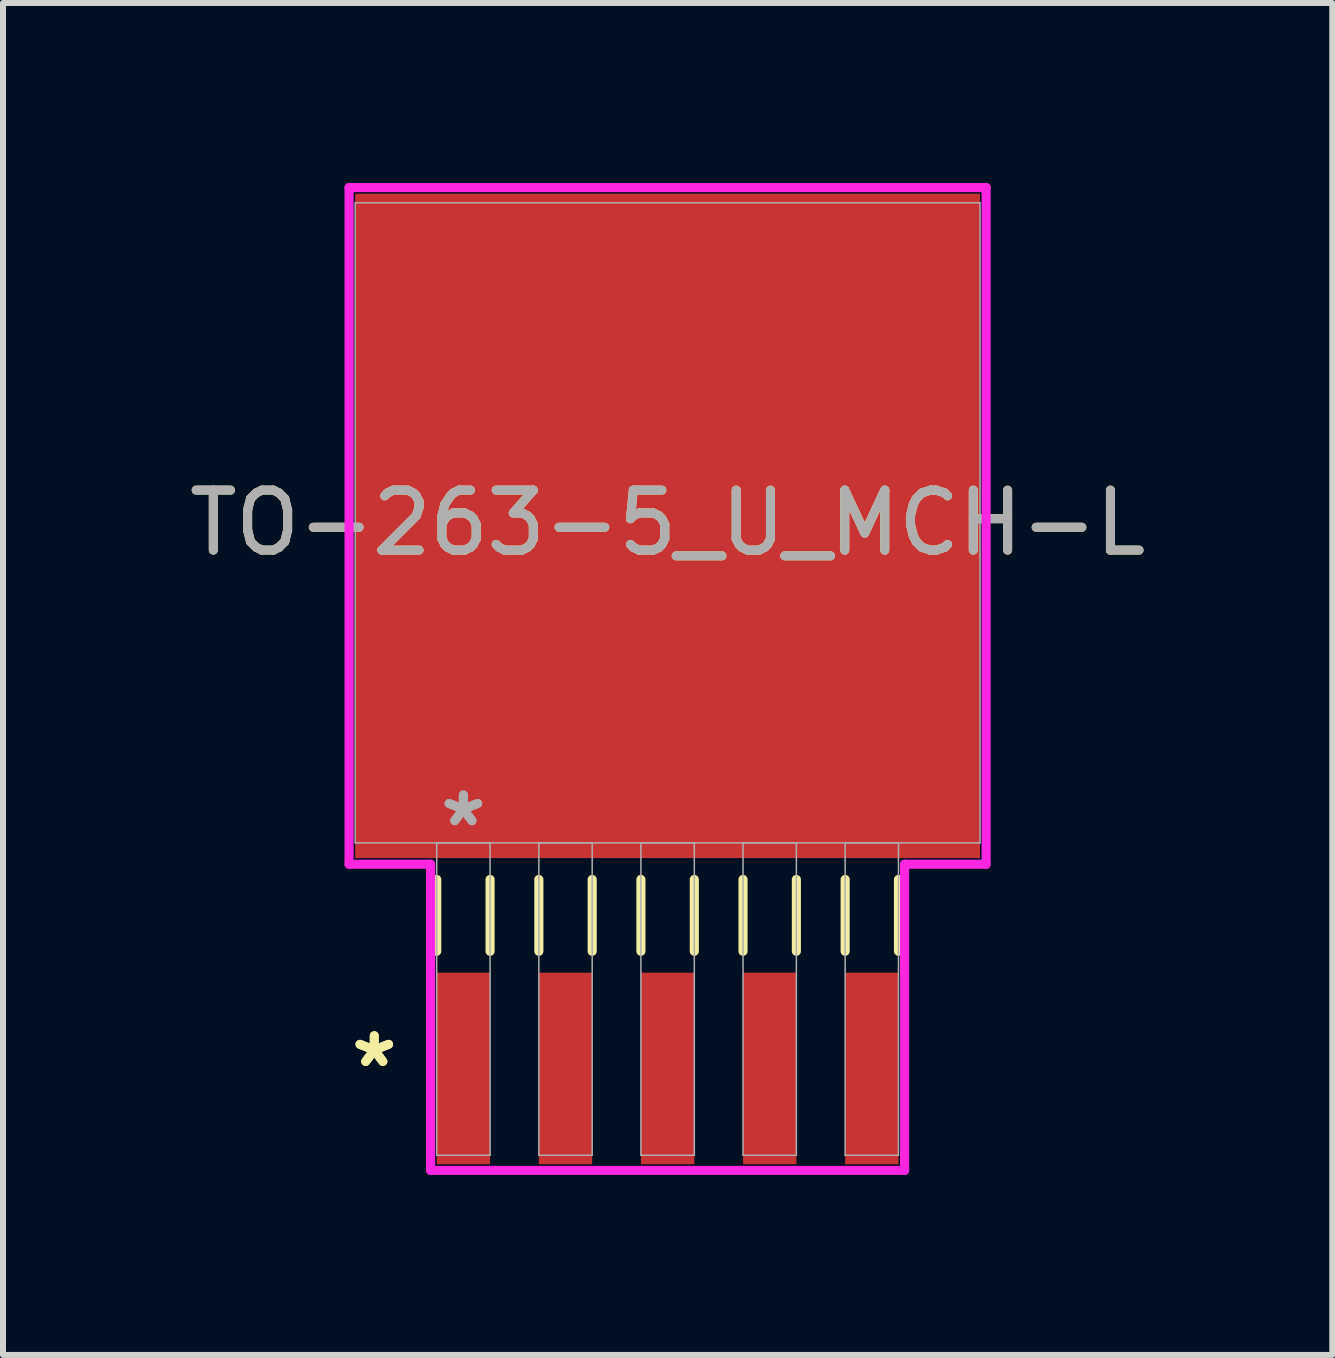
<source format=kicad_pcb>
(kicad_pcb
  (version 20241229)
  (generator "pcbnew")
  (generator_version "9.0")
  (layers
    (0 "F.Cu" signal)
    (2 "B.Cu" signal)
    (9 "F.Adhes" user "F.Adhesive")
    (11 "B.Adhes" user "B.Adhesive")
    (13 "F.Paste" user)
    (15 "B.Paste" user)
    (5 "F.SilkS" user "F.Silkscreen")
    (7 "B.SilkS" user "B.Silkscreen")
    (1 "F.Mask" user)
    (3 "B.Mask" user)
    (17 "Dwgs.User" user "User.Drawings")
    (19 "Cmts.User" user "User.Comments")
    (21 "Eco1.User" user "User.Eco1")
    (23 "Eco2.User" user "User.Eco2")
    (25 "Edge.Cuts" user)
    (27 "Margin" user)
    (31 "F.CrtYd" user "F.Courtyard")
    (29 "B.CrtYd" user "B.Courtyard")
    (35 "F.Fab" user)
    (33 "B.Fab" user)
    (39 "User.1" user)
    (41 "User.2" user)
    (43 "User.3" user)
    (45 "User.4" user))
  (footprint "TO-263-5_U_MCH-L"
    (layer "F.Cu")
    (at 8.077 5.664)
    (property "Reference" "TO-263-5_U_MCH-L" (at 0 0 0) (unlocked yes) (layer "F.SilkS") (effects (font (size 1 1) (thickness 0.15))))
    (attr smd)
    (fp_line (start -3.848 5.944) (end -3.848 7.141) (stroke (width 0.152) (type solid)) (layer "F.SilkS"))
    (fp_line (start -2.959 5.944) (end -2.959 7.141) (stroke (width 0.152) (type solid)) (layer "F.SilkS"))
    (fp_line (start -2.146 5.944) (end -2.146 7.141) (stroke (width 0.152) (type solid)) (layer "F.SilkS"))
    (fp_line (start -1.257 5.944) (end -1.257 7.141) (stroke (width 0.152) (type solid)) (layer "F.SilkS"))
    (fp_line (start -0.445 5.944) (end -0.445 7.141) (stroke (width 0.152) (type solid)) (layer "F.SilkS"))
    (fp_line (start 0.445 5.944) (end 0.445 7.141) (stroke (width 0.152) (type solid)) (layer "F.SilkS"))
    (fp_line (start 1.257 5.944) (end 1.257 7.141) (stroke (width 0.152) (type solid)) (layer "F.SilkS"))
    (fp_line (start 2.146 5.944) (end 2.146 7.141) (stroke (width 0.152) (type solid)) (layer "F.SilkS"))
    (fp_line (start 2.959 5.944) (end 2.959 7.141) (stroke (width 0.152) (type solid)) (layer "F.SilkS"))
    (fp_line (start 3.848 5.944) (end 3.848 7.141) (stroke (width 0.152) (type solid)) (layer "F.SilkS"))
    (fp_line (start -5.309 -5.588) (end 5.309 -5.588) (stroke (width 0.152) (type solid)) (layer "F.CrtYd"))
    (fp_line (start -5.309 5.69) (end -5.309 -5.588) (stroke (width 0.152) (type solid)) (layer "F.CrtYd"))
    (fp_line (start -3.95 5.69) (end -5.309 5.69) (stroke (width 0.152) (type solid)) (layer "F.CrtYd"))
    (fp_line (start -3.95 10.793) (end -3.95 5.69) (stroke (width 0.152) (type solid)) (layer "F.CrtYd"))
    (fp_line (start 3.95 5.69) (end 3.95 10.793) (stroke (width 0.152) (type solid)) (layer "F.CrtYd"))
    (fp_line (start 3.95 10.793) (end -3.95 10.793) (stroke (width 0.152) (type solid)) (layer "F.CrtYd"))
    (fp_line (start 5.309 -5.588) (end 5.309 5.69) (stroke (width 0.152) (type solid)) (layer "F.CrtYd"))
    (fp_line (start 5.309 5.69) (end 3.95 5.69) (stroke (width 0.152) (type solid)) (layer "F.CrtYd"))
    (fp_line (start -5.207 -5.334) (end -5.207 5.334) (stroke (width 0.025) (type solid)) (layer "F.Fab"))
    (fp_line (start -5.207 5.334) (end 5.207 5.334) (stroke (width 0.025) (type solid)) (layer "F.Fab"))
    (fp_line (start -3.848 5.334) (end -3.848 10.541) (stroke (width 0.025) (type solid)) (layer "F.Fab"))
    (fp_line (start -3.848 10.541) (end -2.959 10.541) (stroke (width 0.025) (type solid)) (layer "F.Fab"))
    (fp_line (start -2.959 5.334) (end -3.848 5.334) (stroke (width 0.025) (type solid)) (layer "F.Fab"))
    (fp_line (start -2.959 10.541) (end -2.959 5.334) (stroke (width 0.025) (type solid)) (layer "F.Fab"))
    (fp_line (start -2.146 5.334) (end -2.146 10.541) (stroke (width 0.025) (type solid)) (layer "F.Fab"))
    (fp_line (start -2.146 10.541) (end -1.257 10.541) (stroke (width 0.025) (type solid)) (layer "F.Fab"))
    (fp_line (start -1.257 5.334) (end -2.146 5.334) (stroke (width 0.025) (type solid)) (layer "F.Fab"))
    (fp_line (start -1.257 10.541) (end -1.257 5.334) (stroke (width 0.025) (type solid)) (layer "F.Fab"))
    (fp_line (start -0.445 5.334) (end -0.445 10.541) (stroke (width 0.025) (type solid)) (layer "F.Fab"))
    (fp_line (start -0.445 10.541) (end 0.445 10.541) (stroke (width 0.025) (type solid)) (layer "F.Fab"))
    (fp_line (start 0.445 5.334) (end -0.445 5.334) (stroke (width 0.025) (type solid)) (layer "F.Fab"))
    (fp_line (start 0.445 10.541) (end 0.445 5.334) (stroke (width 0.025) (type solid)) (layer "F.Fab"))
    (fp_line (start 1.257 5.334) (end 1.257 10.541) (stroke (width 0.025) (type solid)) (layer "F.Fab"))
    (fp_line (start 1.257 10.541) (end 2.146 10.541) (stroke (width 0.025) (type solid)) (layer "F.Fab"))
    (fp_line (start 2.146 5.334) (end 1.257 5.334) (stroke (width 0.025) (type solid)) (layer "F.Fab"))
    (fp_line (start 2.146 10.541) (end 2.146 5.334) (stroke (width 0.025) (type solid)) (layer "F.Fab"))
    (fp_line (start 2.959 5.334) (end 2.959 10.541) (stroke (width 0.025) (type solid)) (layer "F.Fab"))
    (fp_line (start 2.959 10.541) (end 3.848 10.541) (stroke (width 0.025) (type solid)) (layer "F.Fab"))
    (fp_line (start 3.848 5.334) (end 2.959 5.334) (stroke (width 0.025) (type solid)) (layer "F.Fab"))
    (fp_line (start 3.848 10.541) (end 3.848 5.334) (stroke (width 0.025) (type solid)) (layer "F.Fab"))
    (fp_line (start 5.207 -5.334) (end -5.207 -5.334) (stroke (width 0.025) (type solid)) (layer "F.Fab"))
    (fp_line (start 5.207 5.334) (end 5.207 -5.334) (stroke (width 0.025) (type solid)) (layer "F.Fab"))
    (fp_text user "*" (at -4.889 9.094 0) (unlocked yes) (layer "F.SilkS") (effects (font (size 1 1) (thickness 0.15))))
    (fp_text user "*" (at -4.889 9.094 0) (layer "F.SilkS") (effects (font (size 1 1) (thickness 0.15))))
    (fp_text user "${REFERENCE}" (at 0 0 0) (unlocked yes) (layer "F.Fab") (effects (font (size 1 1) (thickness 0.15))))
    (fp_text user "*" (at -3.404 5.08 0) (unlocked yes) (layer "F.Fab") (effects (font (size 1 1) (thickness 0.15))))
    (fp_text user "*" (at -3.404 5.08 0) (layer "F.Fab") (effects (font (size 1 1) (thickness 0.15))))
    (pad "1" smd rect (at -3.404 9.094) (size 0.889 3.194) (layers "F.Cu" "F.Mask" "F.Paste"))
    (pad "2" smd rect (at -1.702 9.094) (size 0.889 3.194) (layers "F.Cu" "F.Mask" "F.Paste"))
    (pad "3" smd rect (at 0 9.094) (size 0.889 3.194) (layers "F.Cu" "F.Mask" "F.Paste"))
    (pad "4" smd rect (at 1.702 9.094) (size 0.889 3.194) (layers "F.Cu" "F.Mask" "F.Paste"))
    (pad "5" smd rect (at 3.404 9.094) (size 0.889 3.194) (layers "F.Cu" "F.Mask" "F.Paste"))
    (pad "6" smd rect (at 0 0.051) (size 10.414 11.074) (layers "F.Cu" "F.Mask" "F.Paste")))
  (gr_rect
    (start -3 -3)
    (end 19.155 19.533)
    (stroke (width 0.1) (type default))
    (fill no)
    (layer "Edge.Cuts")))
</source>
